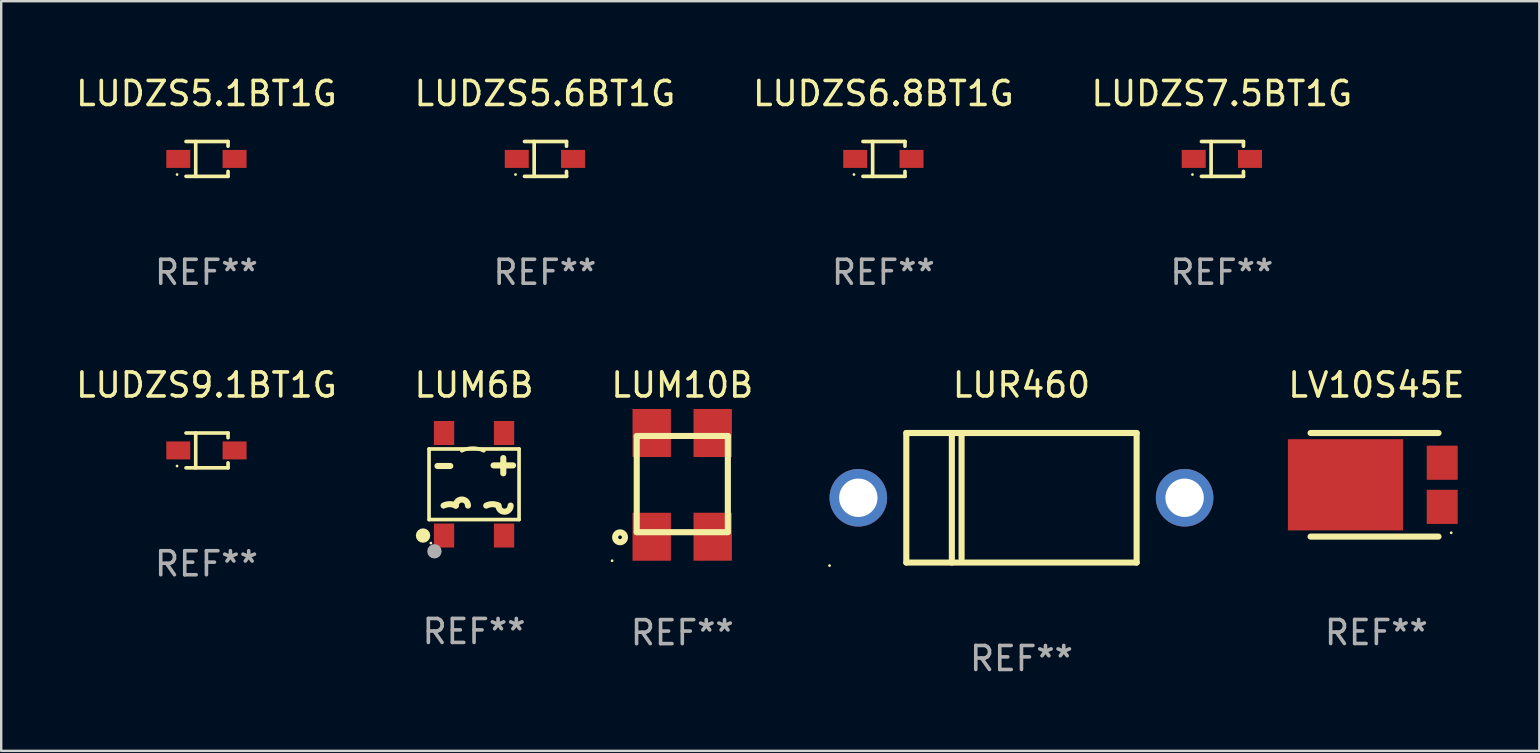
<source format=kicad_pcb>
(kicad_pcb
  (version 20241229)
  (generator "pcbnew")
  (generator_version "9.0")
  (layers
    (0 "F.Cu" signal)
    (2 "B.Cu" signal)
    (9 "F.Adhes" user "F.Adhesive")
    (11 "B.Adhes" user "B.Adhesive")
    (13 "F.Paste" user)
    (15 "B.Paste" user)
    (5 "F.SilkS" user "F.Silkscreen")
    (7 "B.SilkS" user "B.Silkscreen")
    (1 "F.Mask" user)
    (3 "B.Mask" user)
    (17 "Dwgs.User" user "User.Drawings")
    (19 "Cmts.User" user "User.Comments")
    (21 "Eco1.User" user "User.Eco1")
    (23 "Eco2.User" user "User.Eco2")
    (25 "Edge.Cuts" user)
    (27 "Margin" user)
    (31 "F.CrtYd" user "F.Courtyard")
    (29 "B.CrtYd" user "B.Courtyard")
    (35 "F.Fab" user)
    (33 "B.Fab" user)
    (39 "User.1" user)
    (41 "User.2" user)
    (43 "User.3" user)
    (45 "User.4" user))
  (footprint "LUM10B"
    (layer "F.Cu")
    (at 25.387 17.159)
    (property "Reference" "LUM10B" (at 0 -4.162 0) (layer "F.SilkS") (effects (font (size 1 1) (thickness 0.15))))
    (attr through_hole)
    (fp_line (start -1.901 1.973) (end 1.899 1.973) (stroke (width 0.254) (type solid)) (layer "F.SilkS"))
    (fp_line (start -1.899 1.97) (end -1.899 -2.028) (stroke (width 0.254) (type solid)) (layer "F.SilkS"))
    (fp_line (start 1.899 -2.035) (end 1.899 1.963) (stroke (width 0.254) (type solid)) (layer "F.SilkS"))
    (fp_line (start 1.901 -2.038) (end -1.899 -2.038) (stroke (width 0.254) (type solid)) (layer "F.SilkS"))
    (fp_circle (center -2.925 3.162) (end -2.895 3.162) (stroke (width 0.06) (type solid)) (fill no) (layer "F.SilkS"))
    (fp_circle (center -2.594 2.185) (end -2.389 2.185) (stroke (width 0.254) (type solid)) (fill no) (layer "F.SilkS"))
    (fp_text user "REF**" (at 0 6.162 0) (layer "F.Fab") (effects (font (size 1 1) (thickness 0.15))))
    (pad "1" smd rect (at -1.274 2.162 90) (size 2 1.6) (layers "F.Cu" "F.Mask" "F.Paste"))
    (pad "2" smd rect (at 1.268 2.161 90) (size 2 1.6) (layers "F.Cu" "F.Mask" "F.Paste"))
    (pad "3" smd rect (at 1.268 -2.162 90) (size 2 1.6) (layers "F.Cu" "F.Mask" "F.Paste"))
    (pad "4" smd rect (at -1.274 -2.162 90) (size 2 1.6) (layers "F.Cu" "F.Mask" "F.Paste")))
  (footprint "LUDZS6.8BT1G"
    (layer "F.Cu")
    (at 33.768 3.574)
    (property "Reference" "LUDZS6.8BT1G" (at 0 -2.726 0) (layer "F.SilkS") (effects (font (size 1 1) (thickness 0.15))))
    (attr through_hole)
    (fp_line (start -0.851 -0.726) (end 0.901 -0.726) (stroke (width 0.152) (type solid)) (layer "F.SilkS"))
    (fp_line (start -0.851 0.726) (end 0.901 0.726) (stroke (width 0.152) (type solid)) (layer "F.SilkS"))
    (fp_line (start -0.447 -0.726) (end -0.447 0.726) (stroke (width 0.152) (type solid)) (layer "F.SilkS"))
    (fp_line (start 0.901 -0.726) (end 0.901 -0.53) (stroke (width 0.152) (type solid)) (layer "F.SilkS"))
    (fp_line (start 0.901 0.726) (end 0.901 0.52) (stroke (width 0.152) (type solid)) (layer "F.SilkS"))
    (fp_circle (center -1.225 0.65) (end -1.195 0.65) (stroke (width 0.06) (type solid)) (fill no) (layer "F.SilkS"))
    (fp_text user "REF**" (at 0 4.726 0) (layer "F.Fab") (effects (font (size 1 1) (thickness 0.15))))
    (pad "1" smd rect (at -1.173 0) (size 1 0.75) (layers "F.Cu" "F.Mask" "F.Paste"))
    (pad "2" smd rect (at 1.173 0) (size 1 0.75) (layers "F.Cu" "F.Mask" "F.Paste")))
  (footprint "LUDZS7.5BT1G"
    (layer "F.Cu")
    (at 47.875 3.574)
    (property "Reference" "LUDZS7.5BT1G" (at 0 -2.726 0) (layer "F.SilkS") (effects (font (size 1 1) (thickness 0.15))))
    (attr through_hole)
    (fp_line (start -0.851 -0.726) (end 0.901 -0.726) (stroke (width 0.152) (type solid)) (layer "F.SilkS"))
    (fp_line (start -0.851 0.726) (end 0.901 0.726) (stroke (width 0.152) (type solid)) (layer "F.SilkS"))
    (fp_line (start -0.447 -0.726) (end -0.447 0.726) (stroke (width 0.152) (type solid)) (layer "F.SilkS"))
    (fp_line (start 0.901 -0.726) (end 0.901 -0.53) (stroke (width 0.152) (type solid)) (layer "F.SilkS"))
    (fp_line (start 0.901 0.726) (end 0.901 0.52) (stroke (width 0.152) (type solid)) (layer "F.SilkS"))
    (fp_circle (center -1.225 0.65) (end -1.195 0.65) (stroke (width 0.06) (type solid)) (fill no) (layer "F.SilkS"))
    (fp_text user "REF**" (at 0 4.726 0) (layer "F.Fab") (effects (font (size 1 1) (thickness 0.15))))
    (pad "1" smd rect (at -1.173 0) (size 1 0.75) (layers "F.Cu" "F.Mask" "F.Paste"))
    (pad "2" smd rect (at 1.173 0) (size 1 0.75) (layers "F.Cu" "F.Mask" "F.Paste")))
  (footprint "LUDZS5.6BT1G"
    (layer "F.Cu")
    (at 19.661 3.574)
    (property "Reference" "LUDZS5.6BT1G" (at 0 -2.726 0) (layer "F.SilkS") (effects (font (size 1 1) (thickness 0.15))))
    (attr through_hole)
    (fp_line (start -0.851 -0.726) (end 0.901 -0.726) (stroke (width 0.152) (type solid)) (layer "F.SilkS"))
    (fp_line (start -0.851 0.726) (end 0.901 0.726) (stroke (width 0.152) (type solid)) (layer "F.SilkS"))
    (fp_line (start -0.447 -0.726) (end -0.447 0.726) (stroke (width 0.152) (type solid)) (layer "F.SilkS"))
    (fp_line (start 0.901 -0.726) (end 0.901 -0.53) (stroke (width 0.152) (type solid)) (layer "F.SilkS"))
    (fp_line (start 0.901 0.726) (end 0.901 0.52) (stroke (width 0.152) (type solid)) (layer "F.SilkS"))
    (fp_circle (center -1.225 0.65) (end -1.195 0.65) (stroke (width 0.06) (type solid)) (fill no) (layer "F.SilkS"))
    (fp_text user "REF**" (at 0 4.726 0) (layer "F.Fab") (effects (font (size 1 1) (thickness 0.15))))
    (pad "1" smd rect (at -1.173 0) (size 1 0.75) (layers "F.Cu" "F.Mask" "F.Paste"))
    (pad "2" smd rect (at 1.173 0) (size 1 0.75) (layers "F.Cu" "F.Mask" "F.Paste")))
  (footprint "LUDZS9.1BT1G"
    (layer "F.Cu")
    (at 5.554 15.723)
    (property "Reference" "LUDZS9.1BT1G" (at 0 -2.726 0) (layer "F.SilkS") (effects (font (size 1 1) (thickness 0.15))))
    (attr through_hole)
    (fp_line (start -0.851 -0.726) (end 0.901 -0.726) (stroke (width 0.152) (type solid)) (layer "F.SilkS"))
    (fp_line (start -0.851 0.726) (end 0.901 0.726) (stroke (width 0.152) (type solid)) (layer "F.SilkS"))
    (fp_line (start -0.447 -0.726) (end -0.447 0.726) (stroke (width 0.152) (type solid)) (layer "F.SilkS"))
    (fp_line (start 0.901 -0.726) (end 0.901 -0.53) (stroke (width 0.152) (type solid)) (layer "F.SilkS"))
    (fp_line (start 0.901 0.726) (end 0.901 0.52) (stroke (width 0.152) (type solid)) (layer "F.SilkS"))
    (fp_circle (center -1.225 0.65) (end -1.195 0.65) (stroke (width 0.06) (type solid)) (fill no) (layer "F.SilkS"))
    (fp_text user "REF**" (at 0 4.726 0) (layer "F.Fab") (effects (font (size 1 1) (thickness 0.15))))
    (pad "1" smd rect (at -1.173 0) (size 1 0.75) (layers "F.Cu" "F.Mask" "F.Paste"))
    (pad "2" smd rect (at 1.173 0) (size 1 0.75) (layers "F.Cu" "F.Mask" "F.Paste")))
  (footprint "LUR460"
    (layer "F.Cu")
    (at 39.524 17.697)
    (property "Reference" "LUR460" (at 0 -4.7 0) (layer "F.SilkS") (effects (font (size 1 1) (thickness 0.15))))
    (attr through_hole)
    (fp_line (start -4.8 -2.7) (end -4.8 2.7) (stroke (width 0.254) (type solid)) (layer "F.SilkS"))
    (fp_line (start -4.8 -2.7) (end 4.8 -2.7) (stroke (width 0.254) (type solid)) (layer "F.SilkS"))
    (fp_line (start -2.902 -2.7) (end -2.902 2.7) (stroke (width 0.254) (type solid)) (layer "F.SilkS"))
    (fp_line (start -2.496 -2.7) (end -2.496 2.54) (stroke (width 0.254) (type solid)) (layer "F.SilkS"))
    (fp_line (start 4.8 -2.7) (end 4.8 2.7) (stroke (width 0.254) (type solid)) (layer "F.SilkS"))
    (fp_line (start 4.8 2.7) (end -4.8 2.7) (stroke (width 0.254) (type solid)) (layer "F.SilkS"))
    (fp_circle (center -8 2.827) (end -7.97 2.827) (stroke (width 0.06) (type solid)) (fill no) (layer "F.SilkS"))
    (fp_text user "REF**" (at 0 6.7 0) (layer "F.Fab") (effects (font (size 1 1) (thickness 0.15))))
    (pad "1" thru_hole circle (at -6.8 0) (size 2.4 2.4) (drill 1.6) (layers "*.Cu" "*.Mask"))
    (pad "2" thru_hole circle (at 6.8 0) (size 2.4 2.4) (drill 1.6) (layers "*.Cu" "*.Mask")))
  (footprint "LUDZS5.1BT1G"
    (layer "F.Cu")
    (at 5.554 3.574)
    (property "Reference" "LUDZS5.1BT1G" (at 0 -2.726 0) (layer "F.SilkS") (effects (font (size 1 1) (thickness 0.15))))
    (attr through_hole)
    (fp_line (start -0.851 -0.726) (end 0.901 -0.726) (stroke (width 0.152) (type solid)) (layer "F.SilkS"))
    (fp_line (start -0.851 0.726) (end 0.901 0.726) (stroke (width 0.152) (type solid)) (layer "F.SilkS"))
    (fp_line (start -0.447 -0.726) (end -0.447 0.726) (stroke (width 0.152) (type solid)) (layer "F.SilkS"))
    (fp_line (start 0.901 -0.726) (end 0.901 -0.53) (stroke (width 0.152) (type solid)) (layer "F.SilkS"))
    (fp_line (start 0.901 0.726) (end 0.901 0.52) (stroke (width 0.152) (type solid)) (layer "F.SilkS"))
    (fp_circle (center -1.225 0.65) (end -1.195 0.65) (stroke (width 0.06) (type solid)) (fill no) (layer "F.SilkS"))
    (fp_text user "REF**" (at 0 4.726 0) (layer "F.Fab") (effects (font (size 1 1) (thickness 0.15))))
    (pad "1" smd rect (at -1.173 0) (size 1 0.75) (layers "F.Cu" "F.Mask" "F.Paste"))
    (pad "2" smd rect (at 1.173 0) (size 1 0.75) (layers "F.Cu" "F.Mask" "F.Paste")))
  (footprint "LV10S45E"
    (layer "F.Cu")
    (at 54.316 17.156)
    (property "Reference" "LV10S45E" (at 0 -4.159 0) (layer "F.SilkS") (effects (font (size 1 1) (thickness 0.15))))
    (attr through_hole)
    (fp_line (start -2.744 2.159) (end 2.59 2.159) (stroke (width 0.254) (type solid)) (layer "F.SilkS"))
    (fp_line (start 2.59 -2.159) (end -2.744 -2.159) (stroke (width 0.254) (type solid)) (layer "F.SilkS"))
    (fp_circle (center 3.119 2) (end 3.149 2) (stroke (width 0.06) (type solid)) (fill no) (layer "F.SilkS"))
    (fp_text user "REF**" (at 0 6.159 0) (layer "F.Fab") (effects (font (size 1 1) (thickness 0.15))))
    (pad "1" smd rect (at 2.744 0.92) (size 1.29 1.422) (layers "F.Cu" "F.Mask" "F.Paste"))
    (pad "2" smd rect (at -1.288 0 90) (size 3.8 4.8) (layers "F.Cu" "F.Mask" "F.Paste"))
    (pad "3" smd rect (at 2.744 -0.92) (size 1.29 1.422) (layers "F.Cu" "F.Mask" "F.Paste")))
  (footprint "LUM6B"
    (layer "F.Cu")
    (at 16.708 17.134)
    (property "Reference" "LUM6B" (at 0 -4.137 0) (layer "F.SilkS") (effects (font (size 1 1) (thickness 0.15))))
    (attr through_hole)
    (fp_line (start -1.876 -1.471) (end 1.876 -1.471) (stroke (width 0.152) (type solid)) (layer "F.SilkS"))
    (fp_line (start -1.876 1.471) (end -1.876 -1.471) (stroke (width 0.152) (type solid)) (layer "F.SilkS"))
    (fp_line (start -1.524 -0.762) (end -0.991 -0.762) (stroke (width 0.254) (type solid)) (layer "F.SilkS"))
    (fp_line (start 1.219 -1.092) (end 1.219 -0.457) (stroke (width 0.254) (type solid)) (layer "F.SilkS"))
    (fp_line (start 1.626 -0.787) (end 0.813 -0.787) (stroke (width 0.254) (type solid)) (layer "F.SilkS"))
    (fp_line (start 1.876 -1.471) (end 1.876 1.471) (stroke (width 0.152) (type solid)) (layer "F.SilkS"))
    (fp_line (start 1.876 1.471) (end -1.876 1.471) (stroke (width 0.152) (type solid)) (layer "F.SilkS"))
    (fp_arc (start -1.270003 0.889002) (mid -1.016002 0.82904) (end -0.762002 0.889002) (stroke (width 0.254001) (type solid)) (layer "F.SilkS"))
    (fp_arc (start -0.762001 0.889002) (mid -0.508001 0.635002) (end -0.254001 0.889002) (stroke (width 0.254001) (type solid)) (layer "F.SilkS"))
    (fp_arc (start -0.508001 -1.397003) (mid -0.050713 -1.504448) (end 0.406401 -1.396266) (stroke (width 0.1524) (type solid)) (layer "F.SilkS"))
    (fp_arc (start 0.508001 0.889002) (mid 0.762002 0.82904) (end 1.016002 0.889002) (stroke (width 0.254001) (type solid)) (layer "F.SilkS"))
    (fp_arc (start 1.524003 0.889002) (mid 1.270003 1.143002) (end 1.016003 0.889002) (stroke (width 0.254001) (type solid)) (layer "F.SilkS"))
    (fp_circle (center -2.126 2.137) (end -1.976 2.137) (stroke (width 0.3) (type solid)) (fill no) (layer "F.SilkS"))
    (fp_circle (center -1.8 2.45) (end -1.77 2.45) (stroke (width 0.06) (type solid)) (fill no) (layer "F.SilkS"))
    (fp_circle (center -1.651 2.794) (end -1.501 2.794) (stroke (width 0.3) (type solid)) (fill no) (layer "F.Fab"))
    (fp_text user "REF**" (at 0 6.137 0) (layer "F.Fab") (effects (font (size 1 1) (thickness 0.15))))
    (pad "1" smd rect (at -1.25 2.137) (size 0.847 1) (layers "F.Cu" "F.Mask" "F.Paste"))
    (pad "2" smd rect (at 1.25 2.137) (size 0.847 1) (layers "F.Cu" "F.Mask" "F.Paste"))
    (pad "3" smd rect (at 1.25 -2.137) (size 0.847 1) (layers "F.Cu" "F.Mask" "F.Paste"))
    (pad "4" smd rect (at -1.25 -2.137) (size 0.847 1) (layers "F.Cu" "F.Mask" "F.Paste")))
  (gr_rect
    (start -3 -3)
    (end 61.108 28.245)
    (stroke (width 0.1) (type default))
    (fill no)
    (layer "Edge.Cuts")))
</source>
